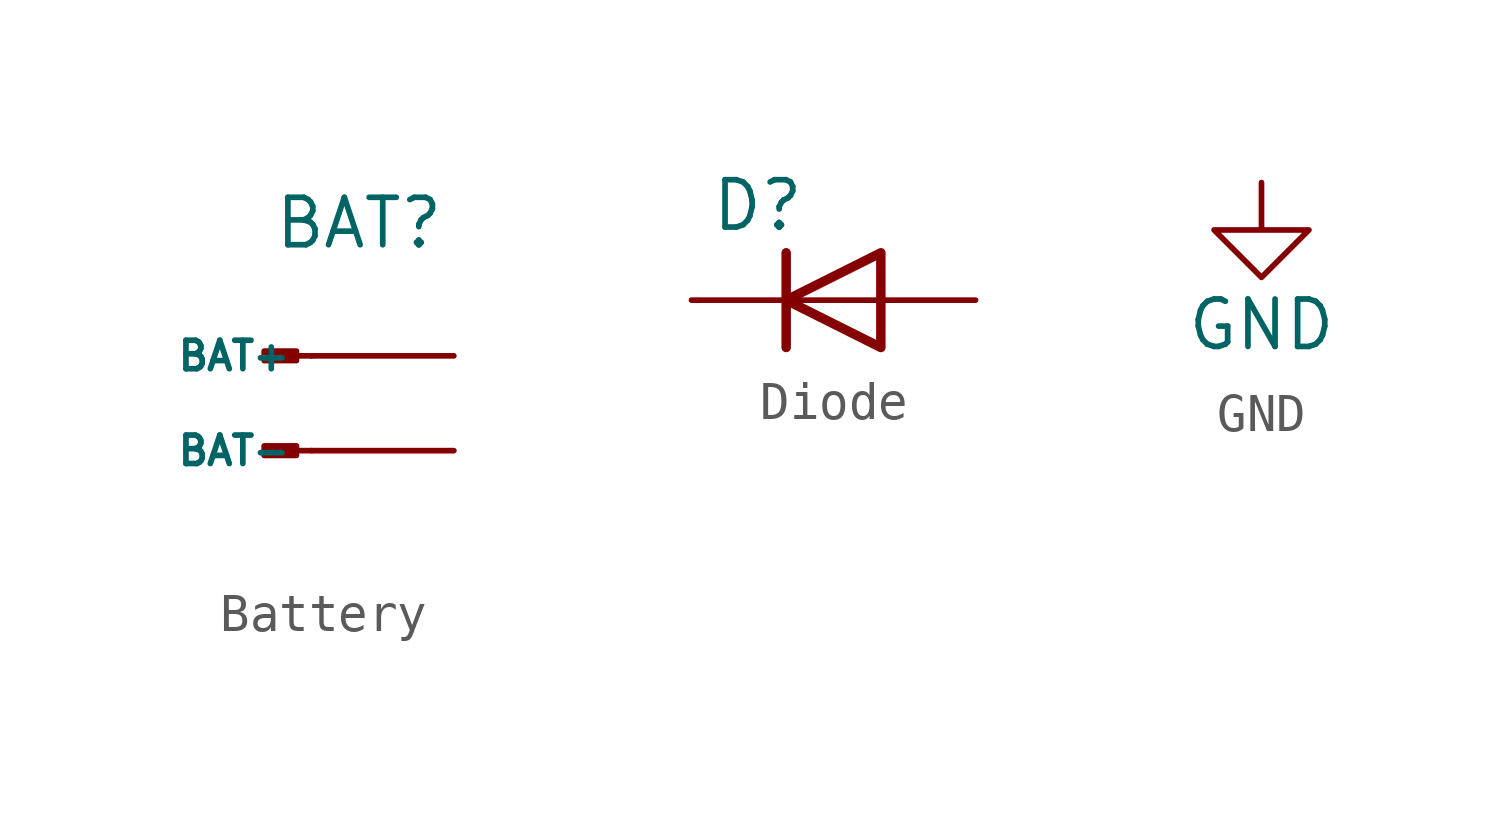
<source format=kicad_sym>
(kicad_symbol_lib
  (version 20241209)
  (generator "kicad_symbol_editor")
  (generator_version "9.0")
  (symbol "Battery"
    (pin_numbers
      (hide yes))
    (property "Reference" "BAT"
      (at 0 4.826 0)
      (effects (font (size 1.27 1.27))))
    (property "Value" ""
      (at -1.524 -3.556 0)
      (effects (font (size 1.27 1.27))))
    (symbol "Battery_1_1"
      (rectangle (start -1.676 1.397) (end -2.54 1.143) (stroke (width 0.152) (type default)) (fill (type outline)))
      (rectangle (start -1.676 -1.143) (end -2.54 -1.397) (stroke (width 0.152) (type default)) (fill (type outline)))
      (polyline (pts (xy -1.27 1.27) (xy -1.676 1.27)) (stroke (width 0.152) (type default)) (fill (type none)))
      (polyline (pts (xy -1.27 -1.27) (xy -1.676 -1.27)) (stroke (width 0.152) (type default)) (fill (type none)))
      (pin passive line (at 2.54 1.27 180) (length 3.81) (name "BAT+" (effects (font (size 0.762 0.762)))) (number "1" (effects (font (size 0.762 0.762)))))
      (pin passive line (at 2.54 -1.27 180) (length 3.81) (name "BAT-" (effects (font (size 0.762 0.762)))) (number "2" (effects (font (size 1.27 1.27)))))))
  (symbol "Diode"
    (pin_numbers
      (hide yes))
    (pin_names
      (hide yes))
    (property "Reference" "D"
      (at -2.032 2.54 0)
      (effects (font (size 1.27 1.27))))
    (symbol "Diode_0_1"
      (polyline (pts (xy -1.27 1.27) (xy -1.27 -1.27)) (stroke (width 0.254) (type default)) (fill (type none)))
      (polyline (pts (xy 1.27 1.27) (xy 1.27 -1.27) (xy -1.27 0) (xy 1.27 1.27)) (stroke (width 0.254) (type default)) (fill (type none)))
      (polyline (pts (xy 1.27 0) (xy -1.27 0)) (stroke (width 0) (type default)) (fill (type none))))
    (symbol "Diode_1_1"
      (pin passive line (at -3.81 0 0) (length 2.54) (name "K" (effects (font (size 1.27 1.27)))) (number "1" (effects (font (size 1.27 1.27)))))
      (pin passive line (at 3.81 0 180) (length 2.54) (name "A" (effects (font (size 1.27 1.27)))) (number "2" (effects (font (size 1.27 1.27)))))))
  (symbol "GND"
    (power)
    (pin_numbers
      (hide yes))
    (pin_names
      (hide yes))
    (property "Reference" "GND"
      (at 0 -2.54 0)
      (effects (font (size 1.27 1.27)) (hide yes)))
    (property "Value" "GND"
      (at 0 -2.54 0)
      (effects (font (size 1.27 1.27))))
    (symbol "GND_0_1"
      (polyline (pts (xy 0 1.27) (xy 0 0) (xy 1.27 0) (xy 0 -1.27) (xy -1.27 0) (xy 0 0)) (stroke (width 0) (type default)) (fill (type none))))
    (symbol "GND_1_1"
      (pin power_in line (at 0 1.27 270) (length 0) (hide yes) (name "GND" (effects (font (size 1.27 1.27)))) (number "1" (effects (font (size 1.27 1.27))))))))
</source>
